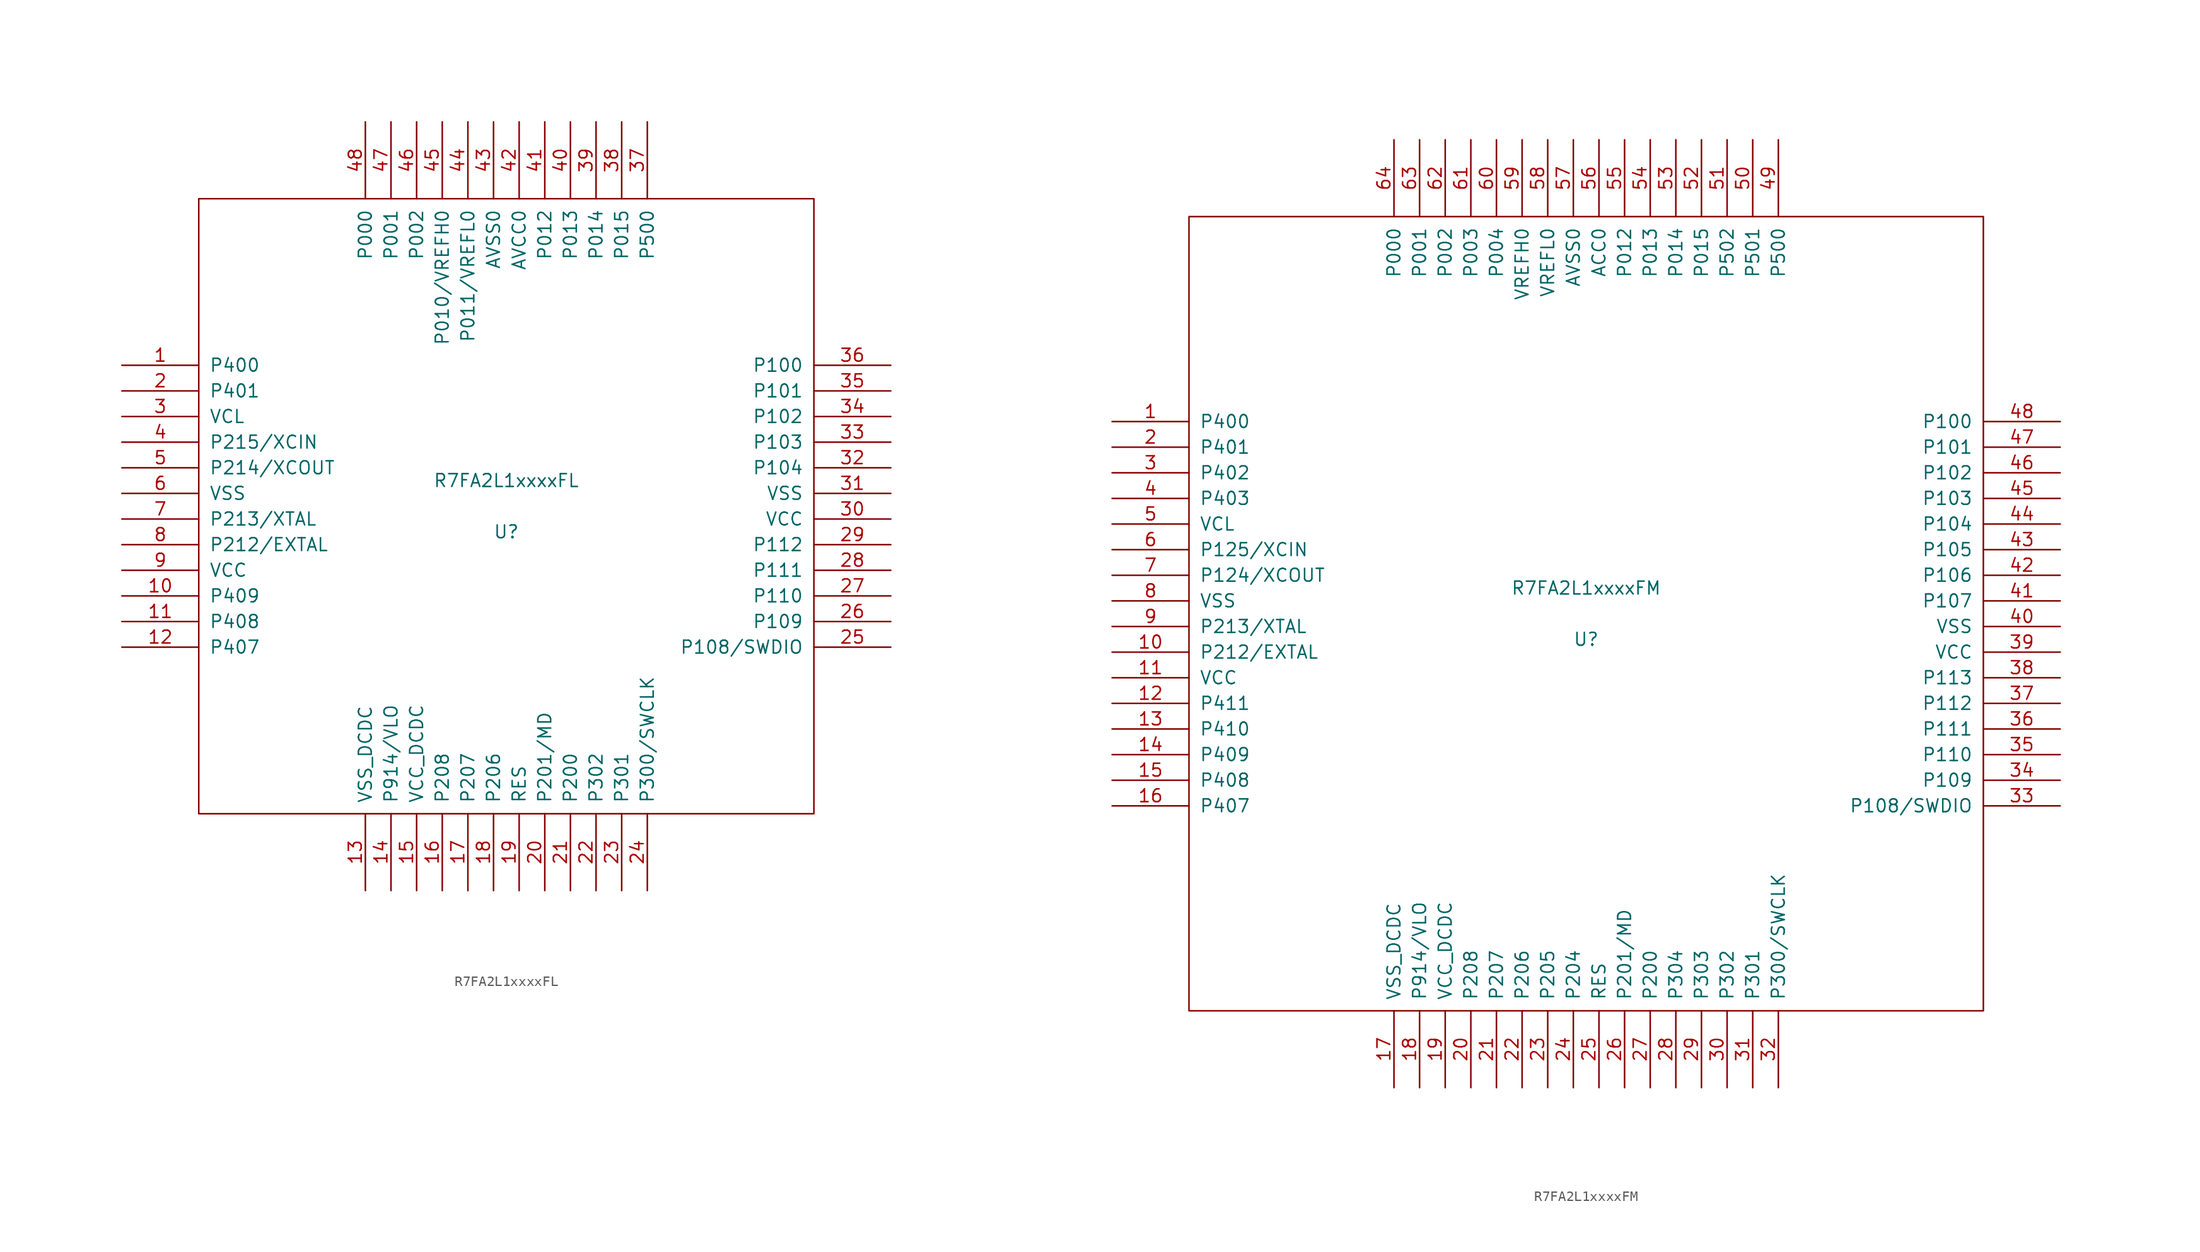
<source format=kicad_sym>
(kicad_symbol_lib
  (version 20211014)
  (generator kicad_symbol_editor)
  (symbol "R7FA2L1xxxxFL"
    (pin_names
      (offset 1.016))
    (property "Reference" "U"
      (at 0 -2.54 0)
      (effects (font (size 1.27 1.27))))
    (property "Value" "R7FA2L1xxxxFL"
      (at 0 2.54 0)
      (effects (font (size 1.27 1.27))))
    (symbol "R7FA2L1xxxxFL_0_1"
      (rectangle (start -30.48 30.48) (end 30.48 -30.48) (stroke (width 0) (type default) (color 0 0 0 0)) (fill (type none))))
    (symbol "R7FA2L1xxxxFL_1_1"
      (pin unspecified line (at -38.1 13.97 0) (length 7.62) (name "P400" (effects (font (size 1.27 1.27)))) (number "1" (effects (font (size 1.27 1.27)))))
      (pin unspecified line (at -38.1 -8.89 0) (length 7.62) (name "P409" (effects (font (size 1.27 1.27)))) (number "10" (effects (font (size 1.27 1.27)))))
      (pin unspecified line (at -38.1 -11.43 0) (length 7.62) (name "P408" (effects (font (size 1.27 1.27)))) (number "11" (effects (font (size 1.27 1.27)))))
      (pin unspecified line (at -38.1 -13.97 0) (length 7.62) (name "P407" (effects (font (size 1.27 1.27)))) (number "12" (effects (font (size 1.27 1.27)))))
      (pin unspecified line (at -13.97 -38.1 90) (length 7.62) (name "VSS_DCDC" (effects (font (size 1.27 1.27)))) (number "13" (effects (font (size 1.27 1.27)))))
      (pin unspecified line (at -11.43 -38.1 90) (length 7.62) (name "P914/VLO" (effects (font (size 1.27 1.27)))) (number "14" (effects (font (size 1.27 1.27)))))
      (pin unspecified line (at -8.89 -38.1 90) (length 7.62) (name "VCC_DCDC" (effects (font (size 1.27 1.27)))) (number "15" (effects (font (size 1.27 1.27)))))
      (pin unspecified line (at -6.35 -38.1 90) (length 7.62) (name "P208" (effects (font (size 1.27 1.27)))) (number "16" (effects (font (size 1.27 1.27)))))
      (pin unspecified line (at -3.81 -38.1 90) (length 7.62) (name "P207" (effects (font (size 1.27 1.27)))) (number "17" (effects (font (size 1.27 1.27)))))
      (pin unspecified line (at -1.27 -38.1 90) (length 7.62) (name "P206" (effects (font (size 1.27 1.27)))) (number "18" (effects (font (size 1.27 1.27)))))
      (pin unspecified line (at 1.27 -38.1 90) (length 7.62) (name "RES" (effects (font (size 1.27 1.27)))) (number "19" (effects (font (size 1.27 1.27)))))
      (pin unspecified line (at -38.1 11.43 0) (length 7.62) (name "P401" (effects (font (size 1.27 1.27)))) (number "2" (effects (font (size 1.27 1.27)))))
      (pin unspecified line (at 3.81 -38.1 90) (length 7.62) (name "P201/MD" (effects (font (size 1.27 1.27)))) (number "20" (effects (font (size 1.27 1.27)))))
      (pin unspecified line (at 6.35 -38.1 90) (length 7.62) (name "P200" (effects (font (size 1.27 1.27)))) (number "21" (effects (font (size 1.27 1.27)))))
      (pin unspecified line (at 8.89 -38.1 90) (length 7.62) (name "P302" (effects (font (size 1.27 1.27)))) (number "22" (effects (font (size 1.27 1.27)))))
      (pin unspecified line (at 11.43 -38.1 90) (length 7.62) (name "P301" (effects (font (size 1.27 1.27)))) (number "23" (effects (font (size 1.27 1.27)))))
      (pin unspecified line (at 13.97 -38.1 90) (length 7.62) (name "P300/SWCLK" (effects (font (size 1.27 1.27)))) (number "24" (effects (font (size 1.27 1.27)))))
      (pin unspecified line (at 38.1 -13.97 180) (length 7.62) (name "P108/SWDIO" (effects (font (size 1.27 1.27)))) (number "25" (effects (font (size 1.27 1.27)))))
      (pin unspecified line (at 38.1 -11.43 180) (length 7.62) (name "P109" (effects (font (size 1.27 1.27)))) (number "26" (effects (font (size 1.27 1.27)))))
      (pin unspecified line (at 38.1 -8.89 180) (length 7.62) (name "P110" (effects (font (size 1.27 1.27)))) (number "27" (effects (font (size 1.27 1.27)))))
      (pin unspecified line (at 38.1 -6.35 180) (length 7.62) (name "P111" (effects (font (size 1.27 1.27)))) (number "28" (effects (font (size 1.27 1.27)))))
      (pin unspecified line (at 38.1 -3.81 180) (length 7.62) (name "P112" (effects (font (size 1.27 1.27)))) (number "29" (effects (font (size 1.27 1.27)))))
      (pin unspecified line (at -38.1 8.89 0) (length 7.62) (name "VCL" (effects (font (size 1.27 1.27)))) (number "3" (effects (font (size 1.27 1.27)))))
      (pin unspecified line (at 38.1 -1.27 180) (length 7.62) (name "VCC" (effects (font (size 1.27 1.27)))) (number "30" (effects (font (size 1.27 1.27)))))
      (pin unspecified line (at 38.1 1.27 180) (length 7.62) (name "VSS" (effects (font (size 1.27 1.27)))) (number "31" (effects (font (size 1.27 1.27)))))
      (pin unspecified line (at 38.1 3.81 180) (length 7.62) (name "P104" (effects (font (size 1.27 1.27)))) (number "32" (effects (font (size 1.27 1.27)))))
      (pin unspecified line (at 38.1 6.35 180) (length 7.62) (name "P103" (effects (font (size 1.27 1.27)))) (number "33" (effects (font (size 1.27 1.27)))))
      (pin unspecified line (at 38.1 8.89 180) (length 7.62) (name "P102" (effects (font (size 1.27 1.27)))) (number "34" (effects (font (size 1.27 1.27)))))
      (pin unspecified line (at 38.1 11.43 180) (length 7.62) (name "P101" (effects (font (size 1.27 1.27)))) (number "35" (effects (font (size 1.27 1.27)))))
      (pin unspecified line (at 38.1 13.97 180) (length 7.62) (name "P100" (effects (font (size 1.27 1.27)))) (number "36" (effects (font (size 1.27 1.27)))))
      (pin unspecified line (at 13.97 38.1 270) (length 7.62) (name "P500" (effects (font (size 1.27 1.27)))) (number "37" (effects (font (size 1.27 1.27)))))
      (pin unspecified line (at 11.43 38.1 270) (length 7.62) (name "P015" (effects (font (size 1.27 1.27)))) (number "38" (effects (font (size 1.27 1.27)))))
      (pin unspecified line (at 8.89 38.1 270) (length 7.62) (name "P014" (effects (font (size 1.27 1.27)))) (number "39" (effects (font (size 1.27 1.27)))))
      (pin unspecified line (at -38.1 6.35 0) (length 7.62) (name "P215/XCIN" (effects (font (size 1.27 1.27)))) (number "4" (effects (font (size 1.27 1.27)))))
      (pin unspecified line (at 6.35 38.1 270) (length 7.62) (name "P013" (effects (font (size 1.27 1.27)))) (number "40" (effects (font (size 1.27 1.27)))))
      (pin unspecified line (at 3.81 38.1 270) (length 7.62) (name "P012" (effects (font (size 1.27 1.27)))) (number "41" (effects (font (size 1.27 1.27)))))
      (pin unspecified line (at 1.27 38.1 270) (length 7.62) (name "AVCC0" (effects (font (size 1.27 1.27)))) (number "42" (effects (font (size 1.27 1.27)))))
      (pin unspecified line (at -1.27 38.1 270) (length 7.62) (name "AVSS0" (effects (font (size 1.27 1.27)))) (number "43" (effects (font (size 1.27 1.27)))))
      (pin unspecified line (at -3.81 38.1 270) (length 7.62) (name "P011/VREFL0" (effects (font (size 1.27 1.27)))) (number "44" (effects (font (size 1.27 1.27)))))
      (pin unspecified line (at -6.35 38.1 270) (length 7.62) (name "P010/VREFH0" (effects (font (size 1.27 1.27)))) (number "45" (effects (font (size 1.27 1.27)))))
      (pin unspecified line (at -8.89 38.1 270) (length 7.62) (name "P002" (effects (font (size 1.27 1.27)))) (number "46" (effects (font (size 1.27 1.27)))))
      (pin unspecified line (at -11.43 38.1 270) (length 7.62) (name "P001" (effects (font (size 1.27 1.27)))) (number "47" (effects (font (size 1.27 1.27)))))
      (pin unspecified line (at -13.97 38.1 270) (length 7.62) (name "P000" (effects (font (size 1.27 1.27)))) (number "48" (effects (font (size 1.27 1.27)))))
      (pin unspecified line (at -38.1 3.81 0) (length 7.62) (name "P214/XCOUT" (effects (font (size 1.27 1.27)))) (number "5" (effects (font (size 1.27 1.27)))))
      (pin unspecified line (at -38.1 1.27 0) (length 7.62) (name "VSS" (effects (font (size 1.27 1.27)))) (number "6" (effects (font (size 1.27 1.27)))))
      (pin unspecified line (at -38.1 -1.27 0) (length 7.62) (name "P213/XTAL" (effects (font (size 1.27 1.27)))) (number "7" (effects (font (size 1.27 1.27)))))
      (pin unspecified line (at -38.1 -3.81 0) (length 7.62) (name "P212/EXTAL" (effects (font (size 1.27 1.27)))) (number "8" (effects (font (size 1.27 1.27)))))
      (pin unspecified line (at -38.1 -6.35 0) (length 7.62) (name "VCC" (effects (font (size 1.27 1.27)))) (number "9" (effects (font (size 1.27 1.27)))))))
  (symbol "R7FA2L1xxxxFM"
    (pin_names
      (offset 1.016))
    (property "Reference" "U"
      (at 0 -2.54 0)
      (effects (font (size 1.27 1.27))))
    (property "Value" "R7FA2L1xxxxFM"
      (at 0 2.54 0)
      (effects (font (size 1.27 1.27))))
    (symbol "R7FA2L1xxxxFM_0_1"
      (rectangle (start 39.37 -39.37) (end -39.37 39.37) (stroke (width 0) (type default) (color 0 0 0 0)) (fill (type none))))
    (symbol "R7FA2L1xxxxFM_1_1"
      (pin unspecified line (at -46.99 19.05 0) (length 7.62) (name "P400" (effects (font (size 1.27 1.27)))) (number "1" (effects (font (size 1.27 1.27)))))
      (pin unspecified line (at -46.99 -3.81 0) (length 7.62) (name "P212/EXTAL" (effects (font (size 1.27 1.27)))) (number "10" (effects (font (size 1.27 1.27)))))
      (pin unspecified line (at -46.99 -6.35 0) (length 7.62) (name "VCC" (effects (font (size 1.27 1.27)))) (number "11" (effects (font (size 1.27 1.27)))))
      (pin unspecified line (at -46.99 -8.89 0) (length 7.62) (name "P411" (effects (font (size 1.27 1.27)))) (number "12" (effects (font (size 1.27 1.27)))))
      (pin unspecified line (at -46.99 -11.43 0) (length 7.62) (name "P410" (effects (font (size 1.27 1.27)))) (number "13" (effects (font (size 1.27 1.27)))))
      (pin unspecified line (at -46.99 -13.97 0) (length 7.62) (name "P409" (effects (font (size 1.27 1.27)))) (number "14" (effects (font (size 1.27 1.27)))))
      (pin unspecified line (at -46.99 -16.51 0) (length 7.62) (name "P408" (effects (font (size 1.27 1.27)))) (number "15" (effects (font (size 1.27 1.27)))))
      (pin unspecified line (at -46.99 -19.05 0) (length 7.62) (name "P407" (effects (font (size 1.27 1.27)))) (number "16" (effects (font (size 1.27 1.27)))))
      (pin unspecified line (at -19.05 -46.99 90) (length 7.62) (name "VSS_DCDC" (effects (font (size 1.27 1.27)))) (number "17" (effects (font (size 1.27 1.27)))))
      (pin unspecified line (at -16.51 -46.99 90) (length 7.62) (name "P914/VLO" (effects (font (size 1.27 1.27)))) (number "18" (effects (font (size 1.27 1.27)))))
      (pin unspecified line (at -13.97 -46.99 90) (length 7.62) (name "VCC_DCDC" (effects (font (size 1.27 1.27)))) (number "19" (effects (font (size 1.27 1.27)))))
      (pin unspecified line (at -46.99 16.51 0) (length 7.62) (name "P401" (effects (font (size 1.27 1.27)))) (number "2" (effects (font (size 1.27 1.27)))))
      (pin unspecified line (at -11.43 -46.99 90) (length 7.62) (name "P208" (effects (font (size 1.27 1.27)))) (number "20" (effects (font (size 1.27 1.27)))))
      (pin unspecified line (at -8.89 -46.99 90) (length 7.62) (name "P207" (effects (font (size 1.27 1.27)))) (number "21" (effects (font (size 1.27 1.27)))))
      (pin unspecified line (at -6.35 -46.99 90) (length 7.62) (name "P206" (effects (font (size 1.27 1.27)))) (number "22" (effects (font (size 1.27 1.27)))))
      (pin unspecified line (at -3.81 -46.99 90) (length 7.62) (name "P205" (effects (font (size 1.27 1.27)))) (number "23" (effects (font (size 1.27 1.27)))))
      (pin unspecified line (at -1.27 -46.99 90) (length 7.62) (name "P204" (effects (font (size 1.27 1.27)))) (number "24" (effects (font (size 1.27 1.27)))))
      (pin unspecified line (at 1.27 -46.99 90) (length 7.62) (name "RES" (effects (font (size 1.27 1.27)))) (number "25" (effects (font (size 1.27 1.27)))))
      (pin unspecified line (at 3.81 -46.99 90) (length 7.62) (name "P201/MD" (effects (font (size 1.27 1.27)))) (number "26" (effects (font (size 1.27 1.27)))))
      (pin unspecified line (at 6.35 -46.99 90) (length 7.62) (name "P200" (effects (font (size 1.27 1.27)))) (number "27" (effects (font (size 1.27 1.27)))))
      (pin unspecified line (at 8.89 -46.99 90) (length 7.62) (name "P304" (effects (font (size 1.27 1.27)))) (number "28" (effects (font (size 1.27 1.27)))))
      (pin unspecified line (at 11.43 -46.99 90) (length 7.62) (name "P303" (effects (font (size 1.27 1.27)))) (number "29" (effects (font (size 1.27 1.27)))))
      (pin unspecified line (at -46.99 13.97 0) (length 7.62) (name "P402" (effects (font (size 1.27 1.27)))) (number "3" (effects (font (size 1.27 1.27)))))
      (pin unspecified line (at 13.97 -46.99 90) (length 7.62) (name "P302" (effects (font (size 1.27 1.27)))) (number "30" (effects (font (size 1.27 1.27)))))
      (pin unspecified line (at 16.51 -46.99 90) (length 7.62) (name "P301" (effects (font (size 1.27 1.27)))) (number "31" (effects (font (size 1.27 1.27)))))
      (pin unspecified line (at 19.05 -46.99 90) (length 7.62) (name "P300/SWCLK" (effects (font (size 1.27 1.27)))) (number "32" (effects (font (size 1.27 1.27)))))
      (pin unspecified line (at 46.99 -19.05 180) (length 7.62) (name "P108/SWDIO" (effects (font (size 1.27 1.27)))) (number "33" (effects (font (size 1.27 1.27)))))
      (pin unspecified line (at 46.99 -16.51 180) (length 7.62) (name "P109" (effects (font (size 1.27 1.27)))) (number "34" (effects (font (size 1.27 1.27)))))
      (pin unspecified line (at 46.99 -13.97 180) (length 7.62) (name "P110" (effects (font (size 1.27 1.27)))) (number "35" (effects (font (size 1.27 1.27)))))
      (pin unspecified line (at 46.99 -11.43 180) (length 7.62) (name "P111" (effects (font (size 1.27 1.27)))) (number "36" (effects (font (size 1.27 1.27)))))
      (pin unspecified line (at 46.99 -8.89 180) (length 7.62) (name "P112" (effects (font (size 1.27 1.27)))) (number "37" (effects (font (size 1.27 1.27)))))
      (pin unspecified line (at 46.99 -6.35 180) (length 7.62) (name "P113" (effects (font (size 1.27 1.27)))) (number "38" (effects (font (size 1.27 1.27)))))
      (pin unspecified line (at 46.99 -3.81 180) (length 7.62) (name "VCC" (effects (font (size 1.27 1.27)))) (number "39" (effects (font (size 1.27 1.27)))))
      (pin unspecified line (at -46.99 11.43 0) (length 7.62) (name "P403" (effects (font (size 1.27 1.27)))) (number "4" (effects (font (size 1.27 1.27)))))
      (pin unspecified line (at 46.99 -1.27 180) (length 7.62) (name "VSS" (effects (font (size 1.27 1.27)))) (number "40" (effects (font (size 1.27 1.27)))))
      (pin unspecified line (at 46.99 1.27 180) (length 7.62) (name "P107" (effects (font (size 1.27 1.27)))) (number "41" (effects (font (size 1.27 1.27)))))
      (pin unspecified line (at 46.99 3.81 180) (length 7.62) (name "P106" (effects (font (size 1.27 1.27)))) (number "42" (effects (font (size 1.27 1.27)))))
      (pin unspecified line (at 46.99 6.35 180) (length 7.62) (name "P105" (effects (font (size 1.27 1.27)))) (number "43" (effects (font (size 1.27 1.27)))))
      (pin unspecified line (at 46.99 8.89 180) (length 7.62) (name "P104" (effects (font (size 1.27 1.27)))) (number "44" (effects (font (size 1.27 1.27)))))
      (pin unspecified line (at 46.99 11.43 180) (length 7.62) (name "P103" (effects (font (size 1.27 1.27)))) (number "45" (effects (font (size 1.27 1.27)))))
      (pin unspecified line (at 46.99 13.97 180) (length 7.62) (name "P102" (effects (font (size 1.27 1.27)))) (number "46" (effects (font (size 1.27 1.27)))))
      (pin unspecified line (at 46.99 16.51 180) (length 7.62) (name "P101" (effects (font (size 1.27 1.27)))) (number "47" (effects (font (size 1.27 1.27)))))
      (pin unspecified line (at 46.99 19.05 180) (length 7.62) (name "P100" (effects (font (size 1.27 1.27)))) (number "48" (effects (font (size 1.27 1.27)))))
      (pin unspecified line (at 19.05 46.99 270) (length 7.62) (name "P500" (effects (font (size 1.27 1.27)))) (number "49" (effects (font (size 1.27 1.27)))))
      (pin unspecified line (at -46.99 8.89 0) (length 7.62) (name "VCL" (effects (font (size 1.27 1.27)))) (number "5" (effects (font (size 1.27 1.27)))))
      (pin unspecified line (at 16.51 46.99 270) (length 7.62) (name "P501" (effects (font (size 1.27 1.27)))) (number "50" (effects (font (size 1.27 1.27)))))
      (pin unspecified line (at 13.97 46.99 270) (length 7.62) (name "P502" (effects (font (size 1.27 1.27)))) (number "51" (effects (font (size 1.27 1.27)))))
      (pin unspecified line (at 11.43 46.99 270) (length 7.62) (name "P015" (effects (font (size 1.27 1.27)))) (number "52" (effects (font (size 1.27 1.27)))))
      (pin unspecified line (at 8.89 46.99 270) (length 7.62) (name "P014" (effects (font (size 1.27 1.27)))) (number "53" (effects (font (size 1.27 1.27)))))
      (pin unspecified line (at 6.35 46.99 270) (length 7.62) (name "P013" (effects (font (size 1.27 1.27)))) (number "54" (effects (font (size 1.27 1.27)))))
      (pin unspecified line (at 3.81 46.99 270) (length 7.62) (name "P012" (effects (font (size 1.27 1.27)))) (number "55" (effects (font (size 1.27 1.27)))))
      (pin unspecified line (at 1.27 46.99 270) (length 7.62) (name "ACC0" (effects (font (size 1.27 1.27)))) (number "56" (effects (font (size 1.27 1.27)))))
      (pin unspecified line (at -1.27 46.99 270) (length 7.62) (name "AVSS0" (effects (font (size 1.27 1.27)))) (number "57" (effects (font (size 1.27 1.27)))))
      (pin unspecified line (at -3.81 46.99 270) (length 7.62) (name "VREFL0" (effects (font (size 1.27 1.27)))) (number "58" (effects (font (size 1.27 1.27)))))
      (pin unspecified line (at -6.35 46.99 270) (length 7.62) (name "VREFH0" (effects (font (size 1.27 1.27)))) (number "59" (effects (font (size 1.27 1.27)))))
      (pin unspecified line (at -46.99 6.35 0) (length 7.62) (name "P125/XCIN" (effects (font (size 1.27 1.27)))) (number "6" (effects (font (size 1.27 1.27)))))
      (pin unspecified line (at -8.89 46.99 270) (length 7.62) (name "P004" (effects (font (size 1.27 1.27)))) (number "60" (effects (font (size 1.27 1.27)))))
      (pin unspecified line (at -11.43 46.99 270) (length 7.62) (name "P003" (effects (font (size 1.27 1.27)))) (number "61" (effects (font (size 1.27 1.27)))))
      (pin unspecified line (at -13.97 46.99 270) (length 7.62) (name "P002" (effects (font (size 1.27 1.27)))) (number "62" (effects (font (size 1.27 1.27)))))
      (pin unspecified line (at -16.51 46.99 270) (length 7.62) (name "P001" (effects (font (size 1.27 1.27)))) (number "63" (effects (font (size 1.27 1.27)))))
      (pin unspecified line (at -19.05 46.99 270) (length 7.62) (name "P000" (effects (font (size 1.27 1.27)))) (number "64" (effects (font (size 1.27 1.27)))))
      (pin unspecified line (at -46.99 3.81 0) (length 7.62) (name "P124/XCOUT" (effects (font (size 1.27 1.27)))) (number "7" (effects (font (size 1.27 1.27)))))
      (pin unspecified line (at -46.99 1.27 0) (length 7.62) (name "VSS" (effects (font (size 1.27 1.27)))) (number "8" (effects (font (size 1.27 1.27)))))
      (pin unspecified line (at -46.99 -1.27 0) (length 7.62) (name "P213/XTAL" (effects (font (size 1.27 1.27)))) (number "9" (effects (font (size 1.27 1.27))))))))
</source>
